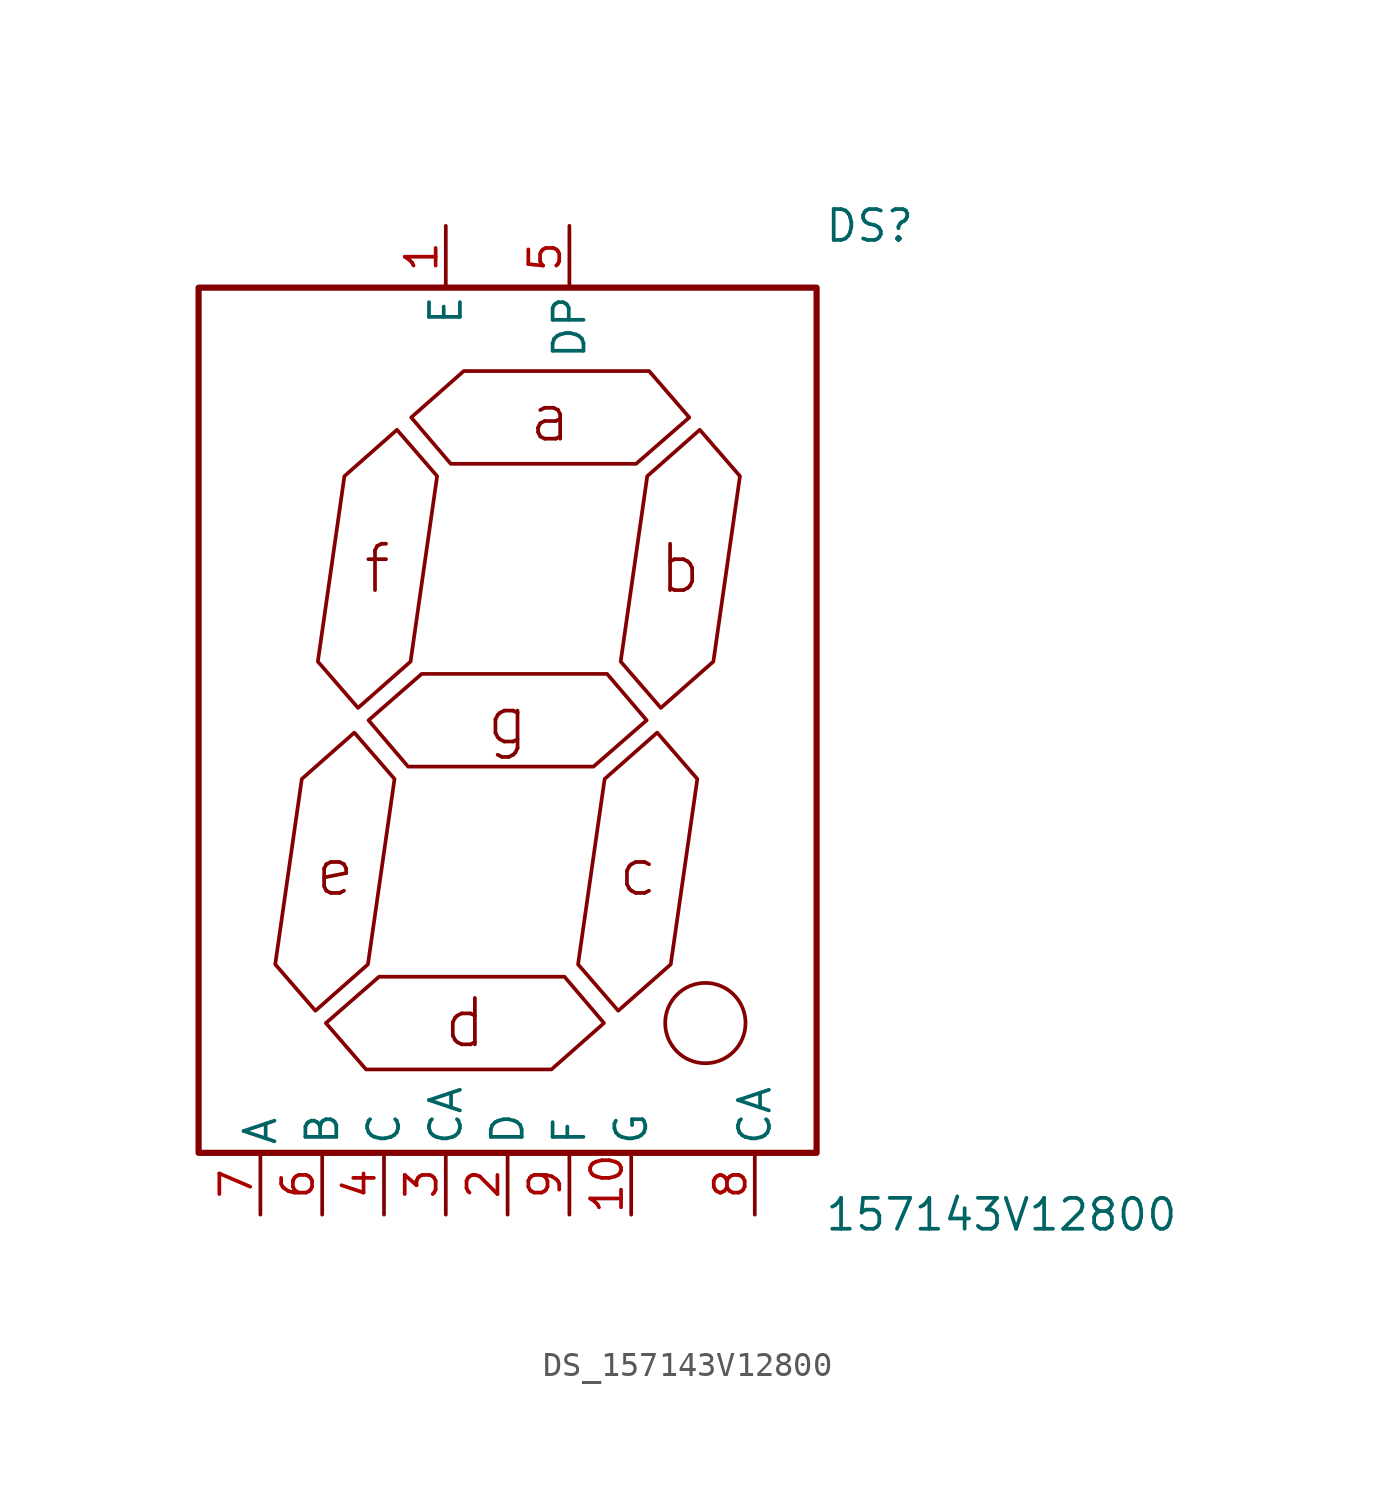
<source format=kicad_sym>
(kicad_symbol_lib
  (version 20231120)
  (generator kicad_symbol_editor)
  (generator_version 8.0)
  (symbol "DS_157143V12800"
    (pin_names
      (offset 0.254))
    (property "Reference" "DS"
      (at 13 20.32 0)
      (effects (font (size 1.27 1.27)) (justify left)))
    (property "Value" "157143V12800"
      (at 13 -20.32 0)
      (effects (font (size 1.27 1.27)) (justify left)))
    (symbol "DS_157143V12800_0_0"
      (pin unspecified line (at -2.54 20.32 270) (length 2.54) (name "E" (effects (font (size 1.27 1.27)))) (number "1" (effects (font (size 1.27 1.27)))))
      (pin unspecified line (at 2.54 20.32 270) (length 2.54) (name "DP" (effects (font (size 1.27 1.27)))) (number "5" (effects (font (size 1.27 1.27)))))
      (pin unspecified line (at -10.16 -20.32 90) (length 2.54) (name "A" (effects (font (size 1.27 1.27)))) (number "7" (effects (font (size 1.27 1.27)))))
      (pin unspecified line (at -7.62 -20.32 90) (length 2.54) (name "B" (effects (font (size 1.27 1.27)))) (number "6" (effects (font (size 1.27 1.27)))))
      (pin unspecified line (at -5.08 -20.32 90) (length 2.54) (name "C" (effects (font (size 1.27 1.27)))) (number "4" (effects (font (size 1.27 1.27)))))
      (pin unspecified line (at -2.54 -20.32 90) (length 2.54) (name "CA" (effects (font (size 1.27 1.27)))) (number "3" (effects (font (size 1.27 1.27)))))
      (pin unspecified line (at -0.0 -20.32 90) (length 2.54) (name "D" (effects (font (size 1.27 1.27)))) (number "2" (effects (font (size 1.27 1.27)))))
      (pin unspecified line (at 2.54 -20.32 90) (length 2.54) (name "F" (effects (font (size 1.27 1.27)))) (number "9" (effects (font (size 1.27 1.27)))))
      (pin unspecified line (at 5.08 -20.32 90) (length 2.54) (name "G" (effects (font (size 1.27 1.27)))) (number "10" (effects (font (size 1.27 1.27)))))
      (pin unspecified line (at 10.16 -20.32 90) (length 2.54) (name "CA" (effects (font (size 1.27 1.27)))) (number "8" (effects (font (size 1.27 1.27))))))
    (symbol "DS_157143V12800_1_0"
      (rectangle (start -12.7 17.78) (end 12.7 -17.78) (stroke (width 0.254) (type solid)) (fill (type none)))
      (polyline (pts (xy -7.899 -11.938) (xy -5.74 -10.033) (xy -4.648 -2.413) (xy -6.299 -0.508) (xy -8.458 -2.413) (xy -9.55 -10.033) (xy -7.899 -11.938)) (stroke (width 0) (type default)) (fill (type none)))
      (polyline (pts (xy -7.468 -12.446) (xy -5.283 -10.541) (xy 2.337 -10.541) (xy 3.962 -12.446) (xy 1.803 -14.351) (xy -5.817 -14.351) (xy -7.468 -12.446)) (stroke (width 0) (type default)) (fill (type none)))
      (polyline (pts (xy -6.147 0.508) (xy -3.988 2.413) (xy -2.896 10.033) (xy -4.547 11.938) (xy -6.706 10.033) (xy -7.798 2.413) (xy -6.147 0.508)) (stroke (width 0) (type default)) (fill (type none)))
      (polyline (pts (xy -5.715 0) (xy -3.531 1.905) (xy 4.089 1.905) (xy 5.715 0) (xy 3.531 -1.905) (xy -4.089 -1.905) (xy -5.715 0)) (stroke (width 0) (type default)) (fill (type none)))
      (polyline (pts (xy -3.962 12.446) (xy -1.803 14.351) (xy 5.817 14.351) (xy 7.468 12.446) (xy 5.283 10.541) (xy -2.337 10.541) (xy -3.962 12.446)) (stroke (width 0) (type default)) (fill (type none)))
      (polyline (pts (xy 4.547 -11.938) (xy 6.706 -10.033) (xy 7.798 -2.413) (xy 6.147 -0.508) (xy 3.988 -2.413) (xy 2.896 -10.033) (xy 4.547 -11.938)) (stroke (width 0) (type default)) (fill (type none)))
      (polyline (pts (xy 6.299 0.508) (xy 8.458 2.413) (xy 9.55 10.033) (xy 7.899 11.938) (xy 5.74 10.033) (xy 4.648 2.413) (xy 6.299 0.508)) (stroke (width 0) (type default)) (fill (type none)))
      (circle (center 8.128 -12.446) (radius 1.651) (stroke (width 0) (type default)) (fill (type none)))
      (text "e" (at -7.087 -6.223 0) (effects (font (size 1.905 1.905))))
      (text "f" (at -5.359 6.223 0) (effects (font (size 1.905 1.905))))
      (text "d" (at -1.753 -12.446 0) (effects (font (size 1.905 1.905))))
      (text "g" (at 0 0 0) (effects (font (size 1.905 1.905))))
      (text "a" (at 1.753 12.446 0) (effects (font (size 1.905 1.905))))
      (text "c" (at 5.359 -6.223 0) (effects (font (size 1.905 1.905))))
      (text "b" (at 7.087 6.223 0) (effects (font (size 1.905 1.905)))))))
</source>
